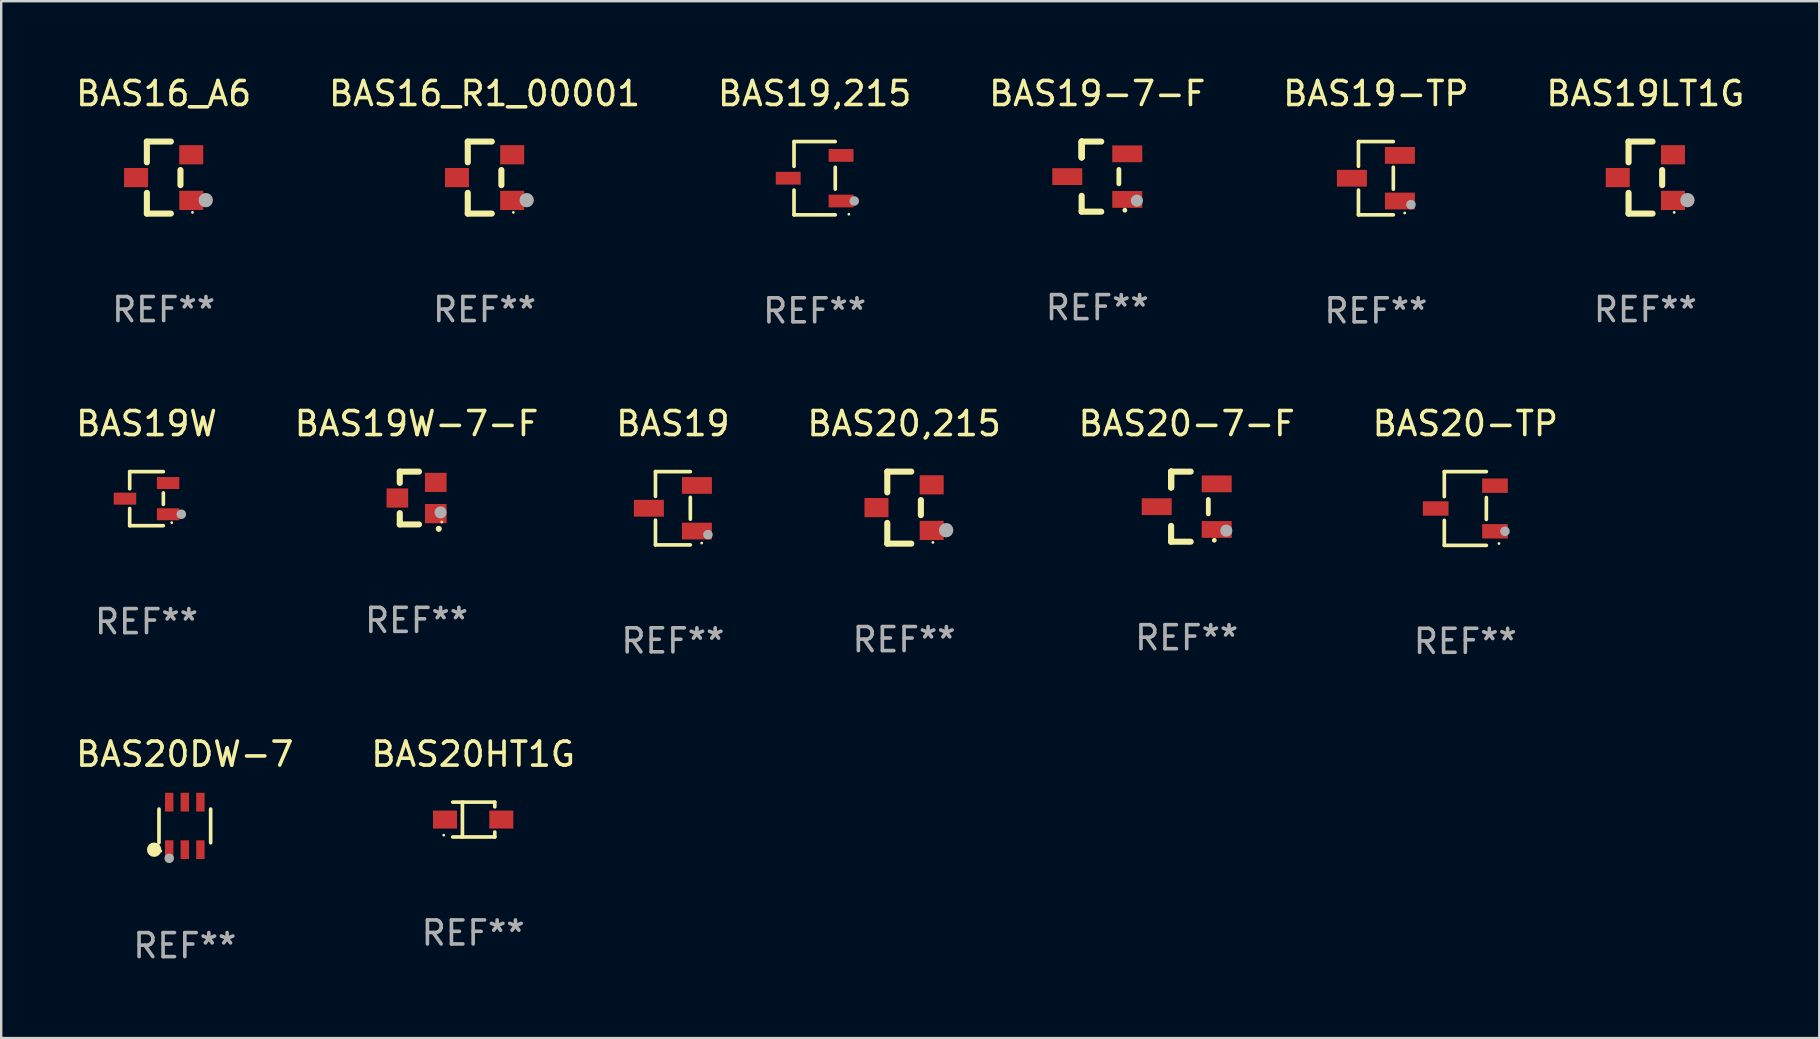
<source format=kicad_pcb>
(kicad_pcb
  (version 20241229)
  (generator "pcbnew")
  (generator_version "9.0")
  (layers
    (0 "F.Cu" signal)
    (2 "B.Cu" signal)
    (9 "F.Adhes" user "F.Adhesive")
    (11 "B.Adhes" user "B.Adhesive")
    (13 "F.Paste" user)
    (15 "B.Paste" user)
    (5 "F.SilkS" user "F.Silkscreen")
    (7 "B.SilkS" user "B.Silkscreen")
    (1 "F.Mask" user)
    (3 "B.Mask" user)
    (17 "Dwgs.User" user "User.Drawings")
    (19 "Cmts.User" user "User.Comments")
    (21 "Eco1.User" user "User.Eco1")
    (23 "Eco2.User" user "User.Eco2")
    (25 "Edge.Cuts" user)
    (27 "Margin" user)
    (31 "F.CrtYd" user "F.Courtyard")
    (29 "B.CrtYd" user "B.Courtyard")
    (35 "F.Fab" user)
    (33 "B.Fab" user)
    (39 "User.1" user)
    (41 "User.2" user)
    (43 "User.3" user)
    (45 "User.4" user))
  (footprint "BAS19W"
    (layer "F.Cu")
    (at 3.054 17.723)
    (property "Reference" "BAS19W" (at 0 -3.126 0) (layer "F.SilkS") (effects (font (size 1 1) (thickness 0.15))))
    (attr through_hole)
    (fp_line (start -0.701 -1.126) (end -0.701 -0.411) (stroke (width 0.152) (type solid)) (layer "F.SilkS"))
    (fp_line (start -0.701 1.126) (end -0.701 0.411) (stroke (width 0.152) (type solid)) (layer "F.SilkS"))
    (fp_line (start 0.701 -1.126) (end -0.701 -1.126) (stroke (width 0.152) (type solid)) (layer "F.SilkS"))
    (fp_line (start 0.701 -0.239) (end 0.701 0.239) (stroke (width 0.152) (type solid)) (layer "F.SilkS"))
    (fp_line (start 0.701 1.126) (end -0.701 1.126) (stroke (width 0.152) (type solid)) (layer "F.SilkS"))
    (fp_circle (center 1.05 1) (end 1.08 1) (stroke (width 0.06) (type solid)) (fill no) (layer "F.SilkS"))
    (fp_circle (center 1.45 0.65) (end 1.55 0.65) (stroke (width 0.2) (type solid)) (fill no) (layer "F.Fab"))
    (fp_text user "REF**" (at 0 5.126 0) (layer "F.Fab") (effects (font (size 1 1) (thickness 0.15))))
    (pad "1" smd rect (at 0.898 0.65) (size 0.936 0.5) (layers "F.Cu" "F.Mask" "F.Paste"))
    (pad "2" smd rect (at 0.898 -0.65) (size 0.936 0.5) (layers "F.Cu" "F.Mask" "F.Paste"))
    (pad "3" smd rect (at -0.898 0) (size 0.936 0.5) (layers "F.Cu" "F.Mask" "F.Paste")))
  (footprint "BAS19"
    (layer "F.Cu")
    (at 24.982 18.123)
    (property "Reference" "BAS19" (at 0 -3.526 0) (layer "F.SilkS") (effects (font (size 1 1) (thickness 0.15))))
    (attr through_hole)
    (fp_line (start -0.726 -1.526) (end -0.726 -0.495) (stroke (width 0.152) (type solid)) (layer "F.SilkS"))
    (fp_line (start -0.726 1.526) (end -0.726 0.495) (stroke (width 0.152) (type solid)) (layer "F.SilkS"))
    (fp_line (start 0.726 -1.526) (end -0.726 -1.526) (stroke (width 0.152) (type solid)) (layer "F.SilkS"))
    (fp_line (start 0.726 -0.455) (end 0.726 0.455) (stroke (width 0.152) (type solid)) (layer "F.SilkS"))
    (fp_line (start 0.726 1.526) (end -0.726 1.526) (stroke (width 0.152) (type solid)) (layer "F.SilkS"))
    (fp_circle (center 1.2 1.45) (end 1.23 1.45) (stroke (width 0.06) (type solid)) (fill no) (layer "F.SilkS"))
    (fp_circle (center 1.46 1.1) (end 1.56 1.1) (stroke (width 0.2) (type solid)) (fill no) (layer "F.Fab"))
    (fp_text user "REF**" (at 0 5.526 0) (layer "F.Fab") (effects (font (size 1 1) (thickness 0.15))))
    (pad "1" smd rect (at 1 0.95) (size 1.25 0.7) (layers "F.Cu" "F.Mask" "F.Paste"))
    (pad "2" smd rect (at 1 -0.95) (size 1.25 0.7) (layers "F.Cu" "F.Mask" "F.Paste"))
    (pad "3" smd rect (at -1 0) (size 1.25 0.7) (layers "F.Cu" "F.Mask" "F.Paste")))
  (footprint "BAS20HT1G"
    (layer "F.Cu")
    (at 16.661 31.092)
    (property "Reference" "BAS20HT1G" (at 0 -2.726 0) (layer "F.SilkS") (effects (font (size 1 1) (thickness 0.15))))
    (attr through_hole)
    (fp_line (start -0.851 -0.726) (end 0.901 -0.726) (stroke (width 0.152) (type solid)) (layer "F.SilkS"))
    (fp_line (start -0.851 0.726) (end 0.901 0.726) (stroke (width 0.152) (type solid)) (layer "F.SilkS"))
    (fp_line (start -0.447 -0.726) (end -0.447 0.726) (stroke (width 0.152) (type solid)) (layer "F.SilkS"))
    (fp_line (start 0.901 -0.726) (end 0.901 -0.53) (stroke (width 0.152) (type solid)) (layer "F.SilkS"))
    (fp_line (start 0.901 0.726) (end 0.901 0.52) (stroke (width 0.152) (type solid)) (layer "F.SilkS"))
    (fp_circle (center -1.225 0.65) (end -1.195 0.65) (stroke (width 0.06) (type solid)) (fill no) (layer "F.SilkS"))
    (fp_text user "REF**" (at 0 4.726 0) (layer "F.Fab") (effects (font (size 1 1) (thickness 0.15))))
    (pad "1" smd rect (at -1.173 0) (size 1 0.75) (layers "F.Cu" "F.Mask" "F.Paste"))
    (pad "2" smd rect (at 1.173 0) (size 1 0.75) (layers "F.Cu" "F.Mask" "F.Paste")))
  (footprint "BAS20-7-F"
    (layer "F.Cu")
    (at 46.387 18.057)
    (property "Reference" "BAS20-7-F" (at 0 -3.46 0) (layer "F.SilkS") (effects (font (size 1 1) (thickness 0.15))))
    (attr through_hole)
    (fp_line (start -0.65 -1.46) (end -0.65 -0.8) (stroke (width 0.254) (type solid)) (layer "F.SilkS"))
    (fp_line (start -0.65 -1.46) (end 0.165 -1.46) (stroke (width 0.254) (type solid)) (layer "F.SilkS"))
    (fp_line (start -0.65 -0.8) (end -0.65 -1.46) (stroke (width 0.254) (type solid)) (layer "F.SilkS"))
    (fp_line (start -0.65 -0.8) (end -0.65 -1.46) (stroke (width 0.254) (type solid)) (layer "F.SilkS"))
    (fp_line (start -0.65 1.46) (end -0.65 0.8) (stroke (width 0.254) (type solid)) (layer "F.SilkS"))
    (fp_line (start 0.165 1.46) (end -0.65 1.46) (stroke (width 0.254) (type solid)) (layer "F.SilkS"))
    (fp_line (start 0.9 0.3) (end 0.9 -0.3) (stroke (width 0.2) (type solid)) (layer "F.SilkS"))
    (fp_circle (center 1.15 1.4) (end 1.2 1.4) (stroke (width 0.1) (type solid)) (fill no) (layer "F.SilkS"))
    (fp_circle (center 1.65 1) (end 1.777 1) (stroke (width 0.254) (type solid)) (fill no) (layer "F.Fab"))
    (fp_text user "REF**" (at 0 5.46 0) (layer "F.Fab") (effects (font (size 1 1) (thickness 0.15))))
    (pad "1" smd rect (at 1.25 0.95 270) (size 0.7 1.25) (layers "F.Cu" "F.Mask" "F.Paste"))
    (pad "2" smd rect (at 1.25 -0.95 270) (size 0.7 1.25) (layers "F.Cu" "F.Mask" "F.Paste"))
    (pad "3" smd rect (at -1.25 0 270) (size 0.7 1.25) (layers "F.Cu" "F.Mask" "F.Paste")))
  (footprint "BAS19W-7-F"
    (layer "F.Cu")
    (at 14.304 17.697)
    (property "Reference" "BAS19W-7-F" (at 0 -3.1 0) (layer "F.SilkS") (effects (font (size 1 1) (thickness 0.15))))
    (attr through_hole)
    (fp_line (start -0.7 -1.1) (end 0.1 -1.1) (stroke (width 0.254) (type solid)) (layer "F.SilkS"))
    (fp_line (start -0.7 -0.631) (end -0.7 -1.1) (stroke (width 0.254) (type solid)) (layer "F.SilkS"))
    (fp_line (start -0.7 1.1) (end -0.7 0.631) (stroke (width 0.254) (type solid)) (layer "F.SilkS"))
    (fp_line (start -0.7 1.1) (end 0.1 1.1) (stroke (width 0.254) (type solid)) (layer "F.SilkS"))
    (fp_arc (start 0.922123 1.282398) (mid 0.923393 1.282392) (end 0.924663 1.282398) (stroke (width 0.24892) (type solid)) (layer "F.SilkS"))
    (fp_circle (center 1.05 1) (end 1.08 1) (stroke (width 0.06) (type solid)) (fill no) (layer "F.SilkS"))
    (fp_circle (center 1 0.6) (end 1.127 0.6) (stroke (width 0.254) (type solid)) (fill no) (layer "F.Fab"))
    (fp_text user "REF**" (at 0 5.1 0) (layer "F.Fab") (effects (font (size 1 1) (thickness 0.15))))
    (pad "1" smd rect (at 0.8 0.65 90) (size 0.8 0.9) (layers "F.Cu" "F.Mask" "F.Paste"))
    (pad "2" smd rect (at 0.8 -0.65 90) (size 0.8 0.9) (layers "F.Cu" "F.Mask" "F.Paste"))
    (pad "3" smd rect (at -0.8 0 90) (size 0.8 0.9) (layers "F.Cu" "F.Mask" "F.Paste")))
  (footprint "BAS20-TP"
    (layer "F.Cu")
    (at 57.994 18.133)
    (property "Reference" "BAS20-TP" (at 0 -3.536 0) (layer "F.SilkS") (effects (font (size 1 1) (thickness 0.15))))
    (attr through_hole)
    (fp_line (start -0.876 -1.536) (end -0.876 -0.495) (stroke (width 0.152) (type solid)) (layer "F.SilkS"))
    (fp_line (start -0.876 1.536) (end -0.876 0.495) (stroke (width 0.152) (type solid)) (layer "F.SilkS"))
    (fp_line (start 0.876 -1.536) (end -0.876 -1.536) (stroke (width 0.152) (type solid)) (layer "F.SilkS"))
    (fp_line (start 0.876 -0.455) (end 0.876 0.455) (stroke (width 0.152) (type solid)) (layer "F.SilkS"))
    (fp_line (start 0.876 1.536) (end -0.876 1.536) (stroke (width 0.152) (type solid)) (layer "F.SilkS"))
    (fp_circle (center 1.4 1.46) (end 1.43 1.46) (stroke (width 0.06) (type solid)) (fill no) (layer "F.SilkS"))
    (fp_circle (center 1.651 0.95) (end 1.751 0.95) (stroke (width 0.2) (type solid)) (fill no) (layer "F.Fab"))
    (fp_text user "REF**" (at 0 5.536 0) (layer "F.Fab") (effects (font (size 1 1) (thickness 0.15))))
    (pad "1" smd rect (at 1.235 0.95) (size 1.07 0.6) (layers "F.Cu" "F.Mask" "F.Paste"))
    (pad "2" smd rect (at 1.235 -0.95) (size 1.07 0.6) (layers "F.Cu" "F.Mask" "F.Paste"))
    (pad "3" smd rect (at -1.235 0) (size 1.07 0.6) (layers "F.Cu" "F.Mask" "F.Paste")))
  (footprint "BAS19,215"
    (layer "F.Cu")
    (at 30.887 4.374)
    (property "Reference" "BAS19,215" (at 0 -3.526 0) (layer "F.SilkS") (effects (font (size 1 1) (thickness 0.15))))
    (attr through_hole)
    (fp_line (start -0.859 -1.526) (end -0.859 -0.495) (stroke (width 0.152) (type solid)) (layer "F.SilkS"))
    (fp_line (start -0.859 1.526) (end -0.859 0.495) (stroke (width 0.152) (type solid)) (layer "F.SilkS"))
    (fp_line (start 0.859 -1.526) (end -0.859 -1.526) (stroke (width 0.152) (type solid)) (layer "F.SilkS"))
    (fp_line (start 0.859 -0.455) (end 0.859 0.455) (stroke (width 0.152) (type solid)) (layer "F.SilkS"))
    (fp_line (start 0.859 1.526) (end -0.859 1.526) (stroke (width 0.152) (type solid)) (layer "F.SilkS"))
    (fp_circle (center 1.425 1.5) (end 1.455 1.5) (stroke (width 0.06) (type solid)) (fill no) (layer "F.SilkS"))
    (fp_circle (center 1.65 0.95) (end 1.75 0.95) (stroke (width 0.2) (type solid)) (fill no) (layer "F.Fab"))
    (fp_text user "REF**" (at 0 5.526 0) (layer "F.Fab") (effects (font (size 1 1) (thickness 0.15))))
    (pad "1" smd rect (at 1.101 0.95) (size 1.037 0.532) (layers "F.Cu" "F.Mask" "F.Paste"))
    (pad "2" smd rect (at 1.101 -0.95) (size 1.037 0.532) (layers "F.Cu" "F.Mask" "F.Paste"))
    (pad "3" smd rect (at -1.101 0) (size 1.037 0.532) (layers "F.Cu" "F.Mask" "F.Paste")))
  (footprint "BAS19-TP"
    (layer "F.Cu")
    (at 54.268 4.374)
    (property "Reference" "BAS19-TP" (at 0 -3.526 0) (layer "F.SilkS") (effects (font (size 1 1) (thickness 0.15))))
    (attr through_hole)
    (fp_line (start -0.726 -1.526) (end -0.726 -0.495) (stroke (width 0.152) (type solid)) (layer "F.SilkS"))
    (fp_line (start -0.726 1.526) (end -0.726 0.495) (stroke (width 0.152) (type solid)) (layer "F.SilkS"))
    (fp_line (start 0.726 -1.526) (end -0.726 -1.526) (stroke (width 0.152) (type solid)) (layer "F.SilkS"))
    (fp_line (start 0.726 -0.455) (end 0.726 0.455) (stroke (width 0.152) (type solid)) (layer "F.SilkS"))
    (fp_line (start 0.726 1.526) (end -0.726 1.526) (stroke (width 0.152) (type solid)) (layer "F.SilkS"))
    (fp_circle (center 1.2 1.45) (end 1.23 1.45) (stroke (width 0.06) (type solid)) (fill no) (layer "F.SilkS"))
    (fp_circle (center 1.46 1.1) (end 1.56 1.1) (stroke (width 0.2) (type solid)) (fill no) (layer "F.Fab"))
    (fp_text user "REF**" (at 0 5.526 0) (layer "F.Fab") (effects (font (size 1 1) (thickness 0.15))))
    (pad "1" smd rect (at 1 0.95) (size 1.25 0.7) (layers "F.Cu" "F.Mask" "F.Paste"))
    (pad "2" smd rect (at 1 -0.95) (size 1.25 0.7) (layers "F.Cu" "F.Mask" "F.Paste"))
    (pad "3" smd rect (at -1 0) (size 1.25 0.7) (layers "F.Cu" "F.Mask" "F.Paste")))
  (footprint "BAS20,215"
    (layer "F.Cu")
    (at 34.613 18.097)
    (property "Reference" "BAS20,215" (at 0 -3.5 0) (layer "F.SilkS") (effects (font (size 1 1) (thickness 0.15))))
    (attr through_hole)
    (fp_line (start -0.7 -1.5) (end 0.3 -1.5) (stroke (width 0.254) (type solid)) (layer "F.SilkS"))
    (fp_line (start -0.7 -0.636) (end -0.7 -1.5) (stroke (width 0.254) (type solid)) (layer "F.SilkS"))
    (fp_line (start -0.7 1.5) (end -0.7 0.636) (stroke (width 0.254) (type solid)) (layer "F.SilkS"))
    (fp_line (start -0.7 1.5) (end 0.3 1.5) (stroke (width 0.254) (type solid)) (layer "F.SilkS"))
    (fp_line (start 0.7 0.314) (end 0.7 -0.314) (stroke (width 0.254) (type solid)) (layer "F.SilkS"))
    (fp_circle (center 1.2 1.45) (end 1.23 1.45) (stroke (width 0.06) (type solid)) (fill no) (layer "F.SilkS"))
    (fp_circle (center 1.753 0.94) (end 1.903 0.94) (stroke (width 0.3) (type solid)) (fill no) (layer "F.Fab"))
    (fp_text user "REF**" (at 0 5.5 0) (layer "F.Fab") (effects (font (size 1 1) (thickness 0.15))))
    (pad "1" smd rect (at 1.15 0.95 180) (size 1 0.8) (layers "F.Cu" "F.Mask" "F.Paste"))
    (pad "2" smd rect (at 1.15 -0.95 180) (size 1 0.8) (layers "F.Cu" "F.Mask" "F.Paste"))
    (pad "3" smd rect (at -1.15 -0.000051 180) (size 1 0.8) (layers "F.Cu" "F.Mask" "F.Paste")))
  (footprint "BAS20DW-7"
    (layer "F.Cu")
    (at 4.649 31.356)
    (property "Reference" "BAS20DW-7" (at 0 -2.99 0) (layer "F.SilkS") (effects (font (size 1 1) (thickness 0.15))))
    (attr through_hole)
    (fp_line (start -1.076 0.701) (end -1.076 -0.701) (stroke (width 0.152) (type solid)) (layer "F.SilkS"))
    (fp_line (start 1.076 0.701) (end 1.076 -0.701) (stroke (width 0.152) (type solid)) (layer "F.SilkS"))
    (fp_circle (center -1.277 0.992) (end -1.127 0.992) (stroke (width 0.3) (type solid)) (fill no) (layer "F.SilkS"))
    (fp_circle (center -1 1.05) (end -0.97 1.05) (stroke (width 0.06) (type solid)) (fill no) (layer "F.SilkS"))
    (fp_circle (center -0.65 1.35) (end -0.55 1.35) (stroke (width 0.2) (type solid)) (fill no) (layer "F.Fab"))
    (fp_text user "REF**" (at 0 4.99 0) (layer "F.Fab") (effects (font (size 1 1) (thickness 0.15))))
    (pad "1" smd rect (at -0.65 0.99) (size 0.35 0.78) (layers "F.Cu" "F.Mask" "F.Paste"))
    (pad "2" smd rect (at 0 0.99) (size 0.35 0.78) (layers "F.Cu" "F.Mask" "F.Paste"))
    (pad "3" smd rect (at 0.65 0.99) (size 0.35 0.78) (layers "F.Cu" "F.Mask" "F.Paste"))
    (pad "4" smd rect (at 0.65 -0.99) (size 0.35 0.78) (layers "F.Cu" "F.Mask" "F.Paste"))
    (pad "5" smd rect (at 0 -0.99) (size 0.35 0.78) (layers "F.Cu" "F.Mask" "F.Paste"))
    (pad "6" smd rect (at -0.65 -0.99) (size 0.35 0.78) (layers "F.Cu" "F.Mask" "F.Paste")))
  (footprint "BAS19LT1G"
    (layer "F.Cu")
    (at 65.494 4.348)
    (property "Reference" "BAS19LT1G" (at 0 -3.5 0) (layer "F.SilkS") (effects (font (size 1 1) (thickness 0.15))))
    (attr through_hole)
    (fp_line (start -0.7 -1.5) (end 0.3 -1.5) (stroke (width 0.254) (type solid)) (layer "F.SilkS"))
    (fp_line (start -0.7 -0.636) (end -0.7 -1.5) (stroke (width 0.254) (type solid)) (layer "F.SilkS"))
    (fp_line (start -0.7 1.5) (end -0.7 0.636) (stroke (width 0.254) (type solid)) (layer "F.SilkS"))
    (fp_line (start -0.7 1.5) (end 0.3 1.5) (stroke (width 0.254) (type solid)) (layer "F.SilkS"))
    (fp_line (start 0.7 0.314) (end 0.7 -0.314) (stroke (width 0.254) (type solid)) (layer "F.SilkS"))
    (fp_circle (center 1.2 1.45) (end 1.23 1.45) (stroke (width 0.06) (type solid)) (fill no) (layer "F.SilkS"))
    (fp_circle (center 1.753 0.94) (end 1.903 0.94) (stroke (width 0.3) (type solid)) (fill no) (layer "F.Fab"))
    (fp_text user "REF**" (at 0 5.5 0) (layer "F.Fab") (effects (font (size 1 1) (thickness 0.15))))
    (pad "1" smd rect (at 1.15 0.95 180) (size 1 0.8) (layers "F.Cu" "F.Mask" "F.Paste"))
    (pad "2" smd rect (at 1.15 -0.95 180) (size 1 0.8) (layers "F.Cu" "F.Mask" "F.Paste"))
    (pad "3" smd rect (at -1.15 -0.000051 180) (size 1 0.8) (layers "F.Cu" "F.Mask" "F.Paste")))
  (footprint "BAS16_A6"
    (layer "F.Cu")
    (at 3.768 4.348)
    (property "Reference" "BAS16_A6" (at 0 -3.5 0) (layer "F.SilkS") (effects (font (size 1 1) (thickness 0.15))))
    (attr through_hole)
    (fp_line (start -0.7 -1.5) (end 0.3 -1.5) (stroke (width 0.254) (type solid)) (layer "F.SilkS"))
    (fp_line (start -0.7 -0.636) (end -0.7 -1.5) (stroke (width 0.254) (type solid)) (layer "F.SilkS"))
    (fp_line (start -0.7 1.5) (end -0.7 0.636) (stroke (width 0.254) (type solid)) (layer "F.SilkS"))
    (fp_line (start -0.7 1.5) (end 0.3 1.5) (stroke (width 0.254) (type solid)) (layer "F.SilkS"))
    (fp_line (start 0.7 0.314) (end 0.7 -0.314) (stroke (width 0.254) (type solid)) (layer "F.SilkS"))
    (fp_circle (center 1.2 1.45) (end 1.23 1.45) (stroke (width 0.06) (type solid)) (fill no) (layer "F.SilkS"))
    (fp_circle (center 1.753 0.94) (end 1.903 0.94) (stroke (width 0.3) (type solid)) (fill no) (layer "F.Fab"))
    (fp_text user "REF**" (at 0 5.5 0) (layer "F.Fab") (effects (font (size 1 1) (thickness 0.15))))
    (pad "1" smd rect (at 1.15 0.95 180) (size 1 0.8) (layers "F.Cu" "F.Mask" "F.Paste"))
    (pad "2" smd rect (at 1.15 -0.95 180) (size 1 0.8) (layers "F.Cu" "F.Mask" "F.Paste"))
    (pad "3" smd rect (at -1.15 -0.000051 180) (size 1 0.8) (layers "F.Cu" "F.Mask" "F.Paste")))
  (footprint "BAS19-7-F"
    (layer "F.Cu")
    (at 42.661 4.308)
    (property "Reference" "BAS19-7-F" (at 0 -3.46 0) (layer "F.SilkS") (effects (font (size 1 1) (thickness 0.15))))
    (attr through_hole)
    (fp_line (start -0.65 -1.46) (end -0.65 -0.8) (stroke (width 0.254) (type solid)) (layer "F.SilkS"))
    (fp_line (start -0.65 -1.46) (end 0.165 -1.46) (stroke (width 0.254) (type solid)) (layer "F.SilkS"))
    (fp_line (start -0.65 -0.8) (end -0.65 -1.46) (stroke (width 0.254) (type solid)) (layer "F.SilkS"))
    (fp_line (start -0.65 -0.8) (end -0.65 -1.46) (stroke (width 0.254) (type solid)) (layer "F.SilkS"))
    (fp_line (start -0.65 1.46) (end -0.65 0.8) (stroke (width 0.254) (type solid)) (layer "F.SilkS"))
    (fp_line (start 0.165 1.46) (end -0.65 1.46) (stroke (width 0.254) (type solid)) (layer "F.SilkS"))
    (fp_line (start 0.9 0.3) (end 0.9 -0.3) (stroke (width 0.2) (type solid)) (layer "F.SilkS"))
    (fp_circle (center 1.15 1.4) (end 1.2 1.4) (stroke (width 0.1) (type solid)) (fill no) (layer "F.SilkS"))
    (fp_circle (center 1.65 1) (end 1.777 1) (stroke (width 0.254) (type solid)) (fill no) (layer "F.Fab"))
    (fp_text user "REF**" (at 0 5.46 0) (layer "F.Fab") (effects (font (size 1 1) (thickness 0.15))))
    (pad "1" smd rect (at 1.25 0.95 270) (size 0.7 1.25) (layers "F.Cu" "F.Mask" "F.Paste"))
    (pad "2" smd rect (at 1.25 -0.95 270) (size 0.7 1.25) (layers "F.Cu" "F.Mask" "F.Paste"))
    (pad "3" smd rect (at -1.25 0 270) (size 0.7 1.25) (layers "F.Cu" "F.Mask" "F.Paste")))
  (footprint "BAS16_R1_00001"
    (layer "F.Cu")
    (at 17.137 4.348)
    (property "Reference" "BAS16_R1_00001" (at 0 -3.5 0) (layer "F.SilkS") (effects (font (size 1 1) (thickness 0.15))))
    (attr through_hole)
    (fp_line (start -0.7 -1.5) (end 0.3 -1.5) (stroke (width 0.254) (type solid)) (layer "F.SilkS"))
    (fp_line (start -0.7 -0.636) (end -0.7 -1.5) (stroke (width 0.254) (type solid)) (layer "F.SilkS"))
    (fp_line (start -0.7 1.5) (end -0.7 0.636) (stroke (width 0.254) (type solid)) (layer "F.SilkS"))
    (fp_line (start -0.7 1.5) (end 0.3 1.5) (stroke (width 0.254) (type solid)) (layer "F.SilkS"))
    (fp_line (start 0.7 0.314) (end 0.7 -0.314) (stroke (width 0.254) (type solid)) (layer "F.SilkS"))
    (fp_circle (center 1.2 1.45) (end 1.23 1.45) (stroke (width 0.06) (type solid)) (fill no) (layer "F.SilkS"))
    (fp_circle (center 1.753 0.94) (end 1.903 0.94) (stroke (width 0.3) (type solid)) (fill no) (layer "F.Fab"))
    (fp_text user "REF**" (at 0 5.5 0) (layer "F.Fab") (effects (font (size 1 1) (thickness 0.15))))
    (pad "1" smd rect (at 1.15 0.95 180) (size 1 0.8) (layers "F.Cu" "F.Mask" "F.Paste"))
    (pad "2" smd rect (at 1.15 -0.95 180) (size 1 0.8) (layers "F.Cu" "F.Mask" "F.Paste"))
    (pad "3" smd rect (at -1.15 -0.000051 180) (size 1 0.8) (layers "F.Cu" "F.Mask" "F.Paste")))
  (gr_rect
    (start -3 -3)
    (end 72.738 40.194)
    (stroke (width 0.1) (type default))
    (fill no)
    (layer "Edge.Cuts")))
</source>
